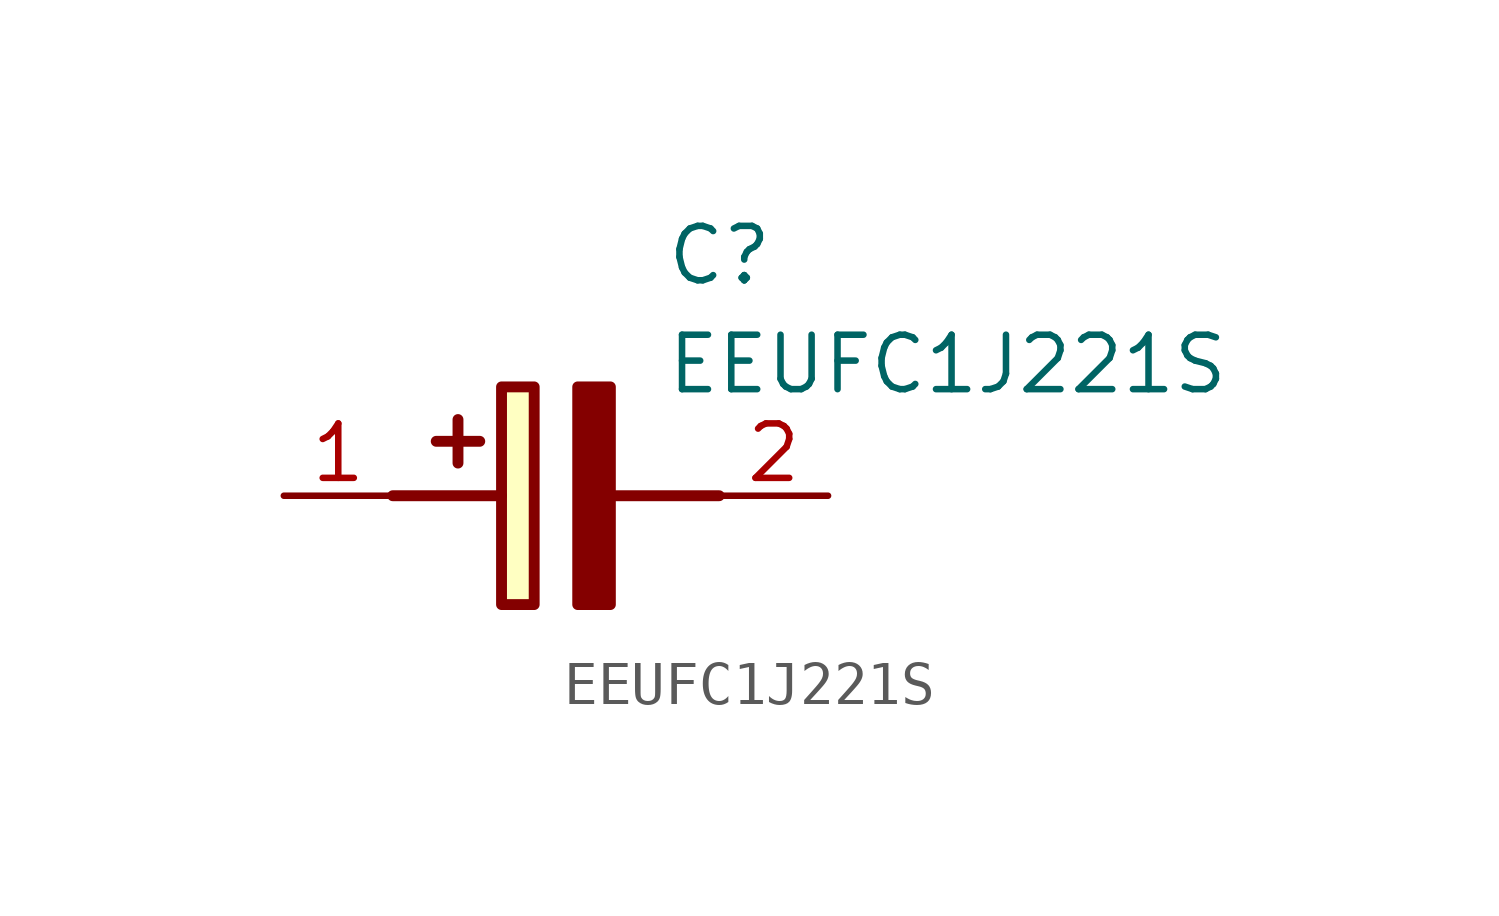
<source format=kicad_sym>
(kicad_symbol_lib
  (version 20211014)
  (generator SamacSys_ECAD_Model)
  (symbol "EEUFC1J221S"
    (pin_names hide)
    (property "Reference" "C"
      (at 8.89 6.35 0)
      (effects (font (size 1.27 1.27)) (justify left top)))
    (property "Value" "EEUFC1J221S"
      (at 8.89 3.81 0)
      (effects (font (size 1.27 1.27)) (justify left top)))
    (rectangle
      (start 5.08 2.54)
      (end 5.842 -2.54)
      (stroke (width 0.254) (type default))
      (fill (type background)))
    (polyline
      (pts (xy 4.572 1.27) (xy 3.556 1.27))
      (stroke (width 0.254) (type default))
      (fill (type none)))
    (polyline
      (pts (xy 4.064 1.778) (xy 4.064 0.762))
      (stroke (width 0.254) (type default))
      (fill (type none)))
    (polyline
      (pts (xy 2.54 0) (xy 5.08 0))
      (stroke (width 0.254) (type default))
      (fill (type none)))
    (polyline
      (pts (xy 7.62 0) (xy 10.16 0))
      (stroke (width 0.254) (type default))
      (fill (type none)))
    (polyline
      (pts (xy 7.62 2.54) (xy 7.62 -2.54) (xy 6.858 -2.54) (xy 6.858 2.54) (xy 7.62 2.54))
      (stroke (width 0.254) (type default))
      (fill (type outline)))
    (pin passive line
      (at 0 0 0)
      (length 2.54)
      (name "+" (effects (font (size 1.27 1.27))))
      (number "1" (effects (font (size 1.27 1.27)))))
    (pin passive line
      (at 12.7 0 180)
      (length 2.54)
      (name "-" (effects (font (size 1.27 1.27))))
      (number "2" (effects (font (size 1.27 1.27)))))))
</source>
